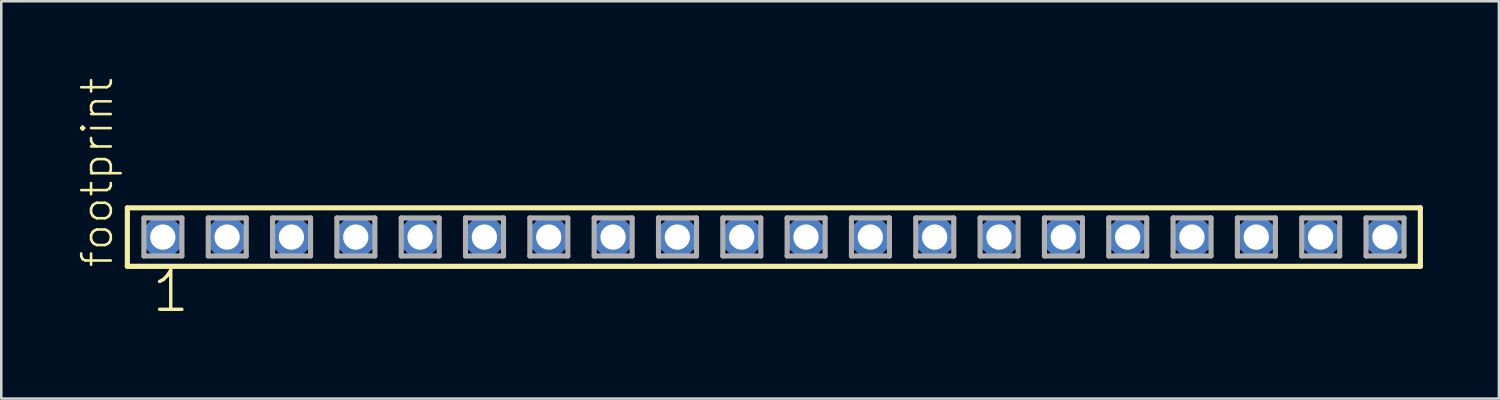
<source format=kicad_pcb>
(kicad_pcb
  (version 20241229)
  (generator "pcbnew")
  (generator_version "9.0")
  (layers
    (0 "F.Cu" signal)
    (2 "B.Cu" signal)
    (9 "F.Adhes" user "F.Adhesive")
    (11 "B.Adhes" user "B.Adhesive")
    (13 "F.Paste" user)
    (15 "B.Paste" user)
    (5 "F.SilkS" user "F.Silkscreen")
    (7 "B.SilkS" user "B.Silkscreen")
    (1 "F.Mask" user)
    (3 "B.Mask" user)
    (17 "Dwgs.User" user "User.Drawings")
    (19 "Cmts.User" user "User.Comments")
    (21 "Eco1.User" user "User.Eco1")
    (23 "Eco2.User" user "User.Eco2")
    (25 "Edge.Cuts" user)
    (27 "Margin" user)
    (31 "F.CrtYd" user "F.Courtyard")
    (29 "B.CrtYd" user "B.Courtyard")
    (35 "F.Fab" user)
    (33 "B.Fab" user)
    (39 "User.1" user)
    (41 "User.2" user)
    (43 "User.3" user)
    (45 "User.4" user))
  (footprint "footprint"
    (layer "F.Cu")
    (at 27.508 6.312)
    (property "Reference" "footprint" (at -26.035 1.27 90) (layer "F.SilkS") (effects (font (size 1.168 1.168) (thickness 0.102)) (justify left bottom)))
    (fp_line (start -25.529 -1.155) (end 25.529 -1.155) (stroke (width 0.203) (type solid)) (layer "F.SilkS"))
    (fp_line (start -25.529 1.155) (end -25.529 -1.155) (stroke (width 0.203) (type solid)) (layer "F.SilkS"))
    (fp_line (start 25.529 -1.155) (end 25.529 1.155) (stroke (width 0.203) (type solid)) (layer "F.SilkS"))
    (fp_line (start 25.529 1.155) (end -25.529 1.155) (stroke (width 0.203) (type solid)) (layer "F.SilkS"))
    (fp_line (start -24.875 -0.755) (end -23.375 -0.755) (stroke (width 0.203) (type solid)) (layer "F.Fab"))
    (fp_line (start -24.875 0.745) (end -24.875 -0.755) (stroke (width 0.203) (type solid)) (layer "F.Fab"))
    (fp_line (start -23.375 -0.755) (end -23.375 0.745) (stroke (width 0.203) (type solid)) (layer "F.Fab"))
    (fp_line (start -23.375 0.745) (end -24.875 0.745) (stroke (width 0.203) (type solid)) (layer "F.Fab"))
    (fp_line (start -22.335 -0.755) (end -20.835 -0.755) (stroke (width 0.203) (type solid)) (layer "F.Fab"))
    (fp_line (start -22.335 0.745) (end -22.335 -0.755) (stroke (width 0.203) (type solid)) (layer "F.Fab"))
    (fp_line (start -20.835 -0.755) (end -20.835 0.745) (stroke (width 0.203) (type solid)) (layer "F.Fab"))
    (fp_line (start -20.835 0.745) (end -22.335 0.745) (stroke (width 0.203) (type solid)) (layer "F.Fab"))
    (fp_line (start -19.795 -0.755) (end -18.295 -0.755) (stroke (width 0.203) (type solid)) (layer "F.Fab"))
    (fp_line (start -19.795 0.745) (end -19.795 -0.755) (stroke (width 0.203) (type solid)) (layer "F.Fab"))
    (fp_line (start -18.295 -0.755) (end -18.295 0.745) (stroke (width 0.203) (type solid)) (layer "F.Fab"))
    (fp_line (start -18.295 0.745) (end -19.795 0.745) (stroke (width 0.203) (type solid)) (layer "F.Fab"))
    (fp_line (start -17.255 -0.755) (end -15.755 -0.755) (stroke (width 0.203) (type solid)) (layer "F.Fab"))
    (fp_line (start -17.255 0.745) (end -17.255 -0.755) (stroke (width 0.203) (type solid)) (layer "F.Fab"))
    (fp_line (start -15.755 -0.755) (end -15.755 0.745) (stroke (width 0.203) (type solid)) (layer "F.Fab"))
    (fp_line (start -15.755 0.745) (end -17.255 0.745) (stroke (width 0.203) (type solid)) (layer "F.Fab"))
    (fp_line (start -14.715 -0.755) (end -13.215 -0.755) (stroke (width 0.203) (type solid)) (layer "F.Fab"))
    (fp_line (start -14.715 0.745) (end -14.715 -0.755) (stroke (width 0.203) (type solid)) (layer "F.Fab"))
    (fp_line (start -13.215 -0.755) (end -13.215 0.745) (stroke (width 0.203) (type solid)) (layer "F.Fab"))
    (fp_line (start -13.215 0.745) (end -14.715 0.745) (stroke (width 0.203) (type solid)) (layer "F.Fab"))
    (fp_line (start -12.175 -0.755) (end -10.675 -0.755) (stroke (width 0.203) (type solid)) (layer "F.Fab"))
    (fp_line (start -12.175 0.745) (end -12.175 -0.755) (stroke (width 0.203) (type solid)) (layer "F.Fab"))
    (fp_line (start -10.675 -0.755) (end -10.675 0.745) (stroke (width 0.203) (type solid)) (layer "F.Fab"))
    (fp_line (start -10.675 0.745) (end -12.175 0.745) (stroke (width 0.203) (type solid)) (layer "F.Fab"))
    (fp_line (start -9.635 -0.755) (end -8.135 -0.755) (stroke (width 0.203) (type solid)) (layer "F.Fab"))
    (fp_line (start -9.635 0.745) (end -9.635 -0.755) (stroke (width 0.203) (type solid)) (layer "F.Fab"))
    (fp_line (start -8.135 -0.755) (end -8.135 0.745) (stroke (width 0.203) (type solid)) (layer "F.Fab"))
    (fp_line (start -8.135 0.745) (end -9.635 0.745) (stroke (width 0.203) (type solid)) (layer "F.Fab"))
    (fp_line (start -7.095 -0.755) (end -5.595 -0.755) (stroke (width 0.203) (type solid)) (layer "F.Fab"))
    (fp_line (start -7.095 0.745) (end -7.095 -0.755) (stroke (width 0.203) (type solid)) (layer "F.Fab"))
    (fp_line (start -5.595 -0.755) (end -5.595 0.745) (stroke (width 0.203) (type solid)) (layer "F.Fab"))
    (fp_line (start -5.595 0.745) (end -7.095 0.745) (stroke (width 0.203) (type solid)) (layer "F.Fab"))
    (fp_line (start -4.555 -0.755) (end -3.055 -0.755) (stroke (width 0.203) (type solid)) (layer "F.Fab"))
    (fp_line (start -4.555 0.745) (end -4.555 -0.755) (stroke (width 0.203) (type solid)) (layer "F.Fab"))
    (fp_line (start -3.055 -0.755) (end -3.055 0.745) (stroke (width 0.203) (type solid)) (layer "F.Fab"))
    (fp_line (start -3.055 0.745) (end -4.555 0.745) (stroke (width 0.203) (type solid)) (layer "F.Fab"))
    (fp_line (start -2.015 -0.755) (end -0.515 -0.755) (stroke (width 0.203) (type solid)) (layer "F.Fab"))
    (fp_line (start -2.015 0.745) (end -2.015 -0.755) (stroke (width 0.203) (type solid)) (layer "F.Fab"))
    (fp_line (start -0.515 -0.755) (end -0.515 0.745) (stroke (width 0.203) (type solid)) (layer "F.Fab"))
    (fp_line (start -0.515 0.745) (end -2.015 0.745) (stroke (width 0.203) (type solid)) (layer "F.Fab"))
    (fp_line (start 0.525 -0.755) (end 2.025 -0.755) (stroke (width 0.203) (type solid)) (layer "F.Fab"))
    (fp_line (start 0.525 0.745) (end 0.525 -0.755) (stroke (width 0.203) (type solid)) (layer "F.Fab"))
    (fp_line (start 2.025 -0.755) (end 2.025 0.745) (stroke (width 0.203) (type solid)) (layer "F.Fab"))
    (fp_line (start 2.025 0.745) (end 0.525 0.745) (stroke (width 0.203) (type solid)) (layer "F.Fab"))
    (fp_line (start 3.065 -0.755) (end 4.565 -0.755) (stroke (width 0.203) (type solid)) (layer "F.Fab"))
    (fp_line (start 3.065 0.745) (end 3.065 -0.755) (stroke (width 0.203) (type solid)) (layer "F.Fab"))
    (fp_line (start 4.565 -0.755) (end 4.565 0.745) (stroke (width 0.203) (type solid)) (layer "F.Fab"))
    (fp_line (start 4.565 0.745) (end 3.065 0.745) (stroke (width 0.203) (type solid)) (layer "F.Fab"))
    (fp_line (start 5.605 -0.755) (end 7.105 -0.755) (stroke (width 0.203) (type solid)) (layer "F.Fab"))
    (fp_line (start 5.605 0.745) (end 5.605 -0.755) (stroke (width 0.203) (type solid)) (layer "F.Fab"))
    (fp_line (start 7.105 -0.755) (end 7.105 0.745) (stroke (width 0.203) (type solid)) (layer "F.Fab"))
    (fp_line (start 7.105 0.745) (end 5.605 0.745) (stroke (width 0.203) (type solid)) (layer "F.Fab"))
    (fp_line (start 8.145 -0.755) (end 9.645 -0.755) (stroke (width 0.203) (type solid)) (layer "F.Fab"))
    (fp_line (start 8.145 0.745) (end 8.145 -0.755) (stroke (width 0.203) (type solid)) (layer "F.Fab"))
    (fp_line (start 9.645 -0.755) (end 9.645 0.745) (stroke (width 0.203) (type solid)) (layer "F.Fab"))
    (fp_line (start 9.645 0.745) (end 8.145 0.745) (stroke (width 0.203) (type solid)) (layer "F.Fab"))
    (fp_line (start 10.685 -0.755) (end 12.185 -0.755) (stroke (width 0.203) (type solid)) (layer "F.Fab"))
    (fp_line (start 10.685 0.745) (end 10.685 -0.755) (stroke (width 0.203) (type solid)) (layer "F.Fab"))
    (fp_line (start 12.185 -0.755) (end 12.185 0.745) (stroke (width 0.203) (type solid)) (layer "F.Fab"))
    (fp_line (start 12.185 0.745) (end 10.685 0.745) (stroke (width 0.203) (type solid)) (layer "F.Fab"))
    (fp_line (start 13.225 -0.755) (end 14.725 -0.755) (stroke (width 0.203) (type solid)) (layer "F.Fab"))
    (fp_line (start 13.225 0.745) (end 13.225 -0.755) (stroke (width 0.203) (type solid)) (layer "F.Fab"))
    (fp_line (start 14.725 -0.755) (end 14.725 0.745) (stroke (width 0.203) (type solid)) (layer "F.Fab"))
    (fp_line (start 14.725 0.745) (end 13.225 0.745) (stroke (width 0.203) (type solid)) (layer "F.Fab"))
    (fp_line (start 15.765 -0.755) (end 17.265 -0.755) (stroke (width 0.203) (type solid)) (layer "F.Fab"))
    (fp_line (start 15.765 0.745) (end 15.765 -0.755) (stroke (width 0.203) (type solid)) (layer "F.Fab"))
    (fp_line (start 17.265 -0.755) (end 17.265 0.745) (stroke (width 0.203) (type solid)) (layer "F.Fab"))
    (fp_line (start 17.265 0.745) (end 15.765 0.745) (stroke (width 0.203) (type solid)) (layer "F.Fab"))
    (fp_line (start 18.305 -0.755) (end 19.805 -0.755) (stroke (width 0.203) (type solid)) (layer "F.Fab"))
    (fp_line (start 18.305 0.745) (end 18.305 -0.755) (stroke (width 0.203) (type solid)) (layer "F.Fab"))
    (fp_line (start 19.805 -0.755) (end 19.805 0.745) (stroke (width 0.203) (type solid)) (layer "F.Fab"))
    (fp_line (start 19.805 0.745) (end 18.305 0.745) (stroke (width 0.203) (type solid)) (layer "F.Fab"))
    (fp_line (start 20.845 -0.755) (end 22.345 -0.755) (stroke (width 0.203) (type solid)) (layer "F.Fab"))
    (fp_line (start 20.845 0.745) (end 20.845 -0.755) (stroke (width 0.203) (type solid)) (layer "F.Fab"))
    (fp_line (start 22.345 -0.755) (end 22.345 0.745) (stroke (width 0.203) (type solid)) (layer "F.Fab"))
    (fp_line (start 22.345 0.745) (end 20.845 0.745) (stroke (width 0.203) (type solid)) (layer "F.Fab"))
    (fp_line (start 23.385 -0.755) (end 24.885 -0.755) (stroke (width 0.203) (type solid)) (layer "F.Fab"))
    (fp_line (start 23.385 0.745) (end 23.385 -0.755) (stroke (width 0.203) (type solid)) (layer "F.Fab"))
    (fp_line (start 24.885 -0.755) (end 24.885 0.745) (stroke (width 0.203) (type solid)) (layer "F.Fab"))
    (fp_line (start 24.885 0.745) (end 23.385 0.745) (stroke (width 0.203) (type solid)) (layer "F.Fab"))
    (fp_text user "1" (at -24.638 3.048 0) (layer "F.SilkS") (effects (font (size 1.542 1.542) (thickness 0.134)) (justify left bottom)))
    (pad "1" thru_hole roundrect (at -24.13 0) (size 1.5 1.5) (drill 1) (layers "*.Cu" "*.Mask") (roundrect_rratio 0.25) (chamfer_ratio 0.25) (chamfer top_left top_right bottom_left bottom_right))
    (pad "2" thru_hole roundrect (at -21.59 0) (size 1.5 1.5) (drill 1) (layers "*.Cu" "*.Mask") (roundrect_rratio 0.25) (chamfer_ratio 0.25) (chamfer top_left top_right bottom_left bottom_right))
    (pad "3" thru_hole roundrect (at -19.05 0) (size 1.5 1.5) (drill 1) (layers "*.Cu" "*.Mask") (roundrect_rratio 0.25) (chamfer_ratio 0.25) (chamfer top_left top_right bottom_left bottom_right))
    (pad "4" thru_hole roundrect (at -16.51 0) (size 1.5 1.5) (drill 1) (layers "*.Cu" "*.Mask") (roundrect_rratio 0.25) (chamfer_ratio 0.25) (chamfer top_left top_right bottom_left bottom_right))
    (pad "5" thru_hole roundrect (at -13.97 0) (size 1.5 1.5) (drill 1) (layers "*.Cu" "*.Mask") (roundrect_rratio 0.25) (chamfer_ratio 0.25) (chamfer top_left top_right bottom_left bottom_right))
    (pad "6" thru_hole roundrect (at -11.43 0) (size 1.5 1.5) (drill 1) (layers "*.Cu" "*.Mask") (roundrect_rratio 0.25) (chamfer_ratio 0.25) (chamfer top_left top_right bottom_left bottom_right))
    (pad "7" thru_hole roundrect (at -8.89 0) (size 1.5 1.5) (drill 1) (layers "*.Cu" "*.Mask") (roundrect_rratio 0.25) (chamfer_ratio 0.25) (chamfer top_left top_right bottom_left bottom_right))
    (pad "8" thru_hole roundrect (at -6.35 0) (size 1.5 1.5) (drill 1) (layers "*.Cu" "*.Mask") (roundrect_rratio 0.25) (chamfer_ratio 0.25) (chamfer top_left top_right bottom_left bottom_right))
    (pad "9" thru_hole roundrect (at -3.81 0) (size 1.5 1.5) (drill 1) (layers "*.Cu" "*.Mask") (roundrect_rratio 0.25) (chamfer_ratio 0.25) (chamfer top_left top_right bottom_left bottom_right))
    (pad "10" thru_hole roundrect (at -1.27 0) (size 1.5 1.5) (drill 1) (layers "*.Cu" "*.Mask") (roundrect_rratio 0.25) (chamfer_ratio 0.25) (chamfer top_left top_right bottom_left bottom_right))
    (pad "11" thru_hole roundrect (at 1.27 0) (size 1.5 1.5) (drill 1) (layers "*.Cu" "*.Mask") (roundrect_rratio 0.25) (chamfer_ratio 0.25) (chamfer top_left top_right bottom_left bottom_right))
    (pad "12" thru_hole roundrect (at 3.81 0) (size 1.5 1.5) (drill 1) (layers "*.Cu" "*.Mask") (roundrect_rratio 0.25) (chamfer_ratio 0.25) (chamfer top_left top_right bottom_left bottom_right))
    (pad "13" thru_hole roundrect (at 6.35 0) (size 1.5 1.5) (drill 1) (layers "*.Cu" "*.Mask") (roundrect_rratio 0.25) (chamfer_ratio 0.25) (chamfer top_left top_right bottom_left bottom_right))
    (pad "14" thru_hole roundrect (at 8.89 0) (size 1.5 1.5) (drill 1) (layers "*.Cu" "*.Mask") (roundrect_rratio 0.25) (chamfer_ratio 0.25) (chamfer top_left top_right bottom_left bottom_right))
    (pad "15" thru_hole roundrect (at 11.43 0) (size 1.5 1.5) (drill 1) (layers "*.Cu" "*.Mask") (roundrect_rratio 0.25) (chamfer_ratio 0.25) (chamfer top_left top_right bottom_left bottom_right))
    (pad "16" thru_hole roundrect (at 13.97 0) (size 1.5 1.5) (drill 1) (layers "*.Cu" "*.Mask") (roundrect_rratio 0.25) (chamfer_ratio 0.25) (chamfer top_left top_right bottom_left bottom_right))
    (pad "17" thru_hole roundrect (at 16.51 0) (size 1.5 1.5) (drill 1) (layers "*.Cu" "*.Mask") (roundrect_rratio 0.25) (chamfer_ratio 0.25) (chamfer top_left top_right bottom_left bottom_right))
    (pad "18" thru_hole roundrect (at 19.05 0) (size 1.5 1.5) (drill 1) (layers "*.Cu" "*.Mask") (roundrect_rratio 0.25) (chamfer_ratio 0.25) (chamfer top_left top_right bottom_left bottom_right))
    (pad "19" thru_hole roundrect (at 21.59 0) (size 1.5 1.5) (drill 1) (layers "*.Cu" "*.Mask") (roundrect_rratio 0.25) (chamfer_ratio 0.25) (chamfer top_left top_right bottom_left bottom_right))
    (pad "20" thru_hole roundrect (at 24.13 0) (size 1.5 1.5) (drill 1) (layers "*.Cu" "*.Mask") (roundrect_rratio 0.25) (chamfer_ratio 0.25) (chamfer top_left top_right bottom_left bottom_right)))
  (gr_rect
    (start -3 -3)
    (end 56.139 12.691)
    (stroke (width 0.1) (type default))
    (fill no)
    (layer "Edge.Cuts")))
</source>
